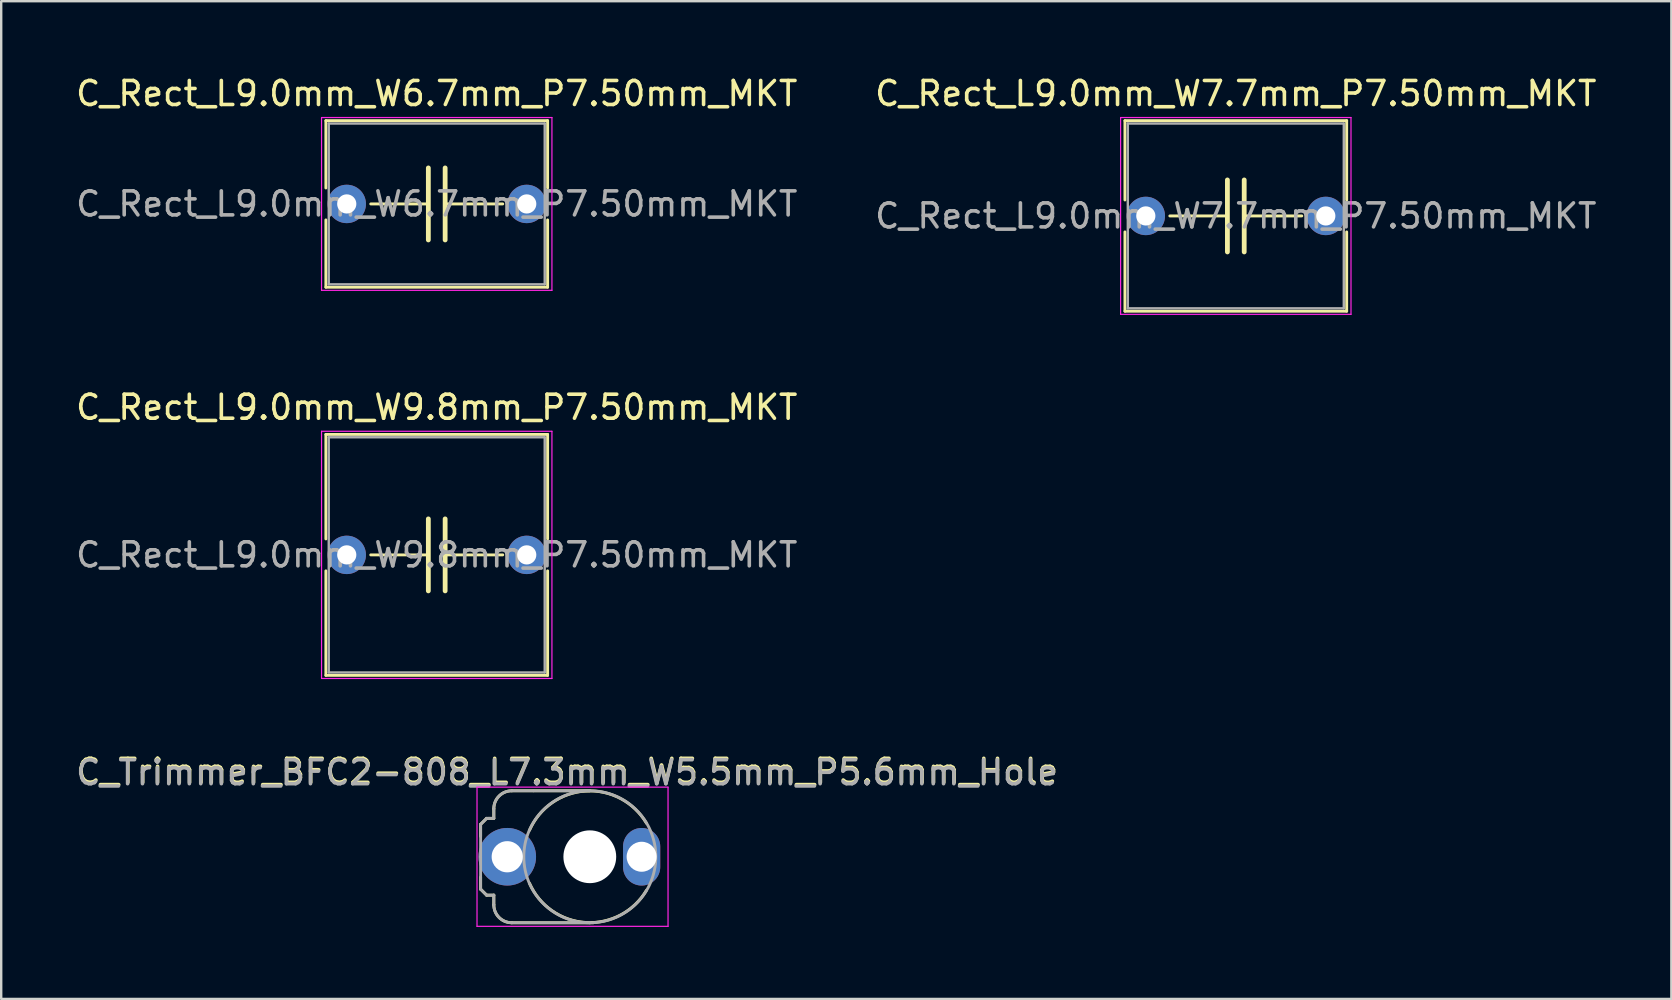
<source format=kicad_pcb>
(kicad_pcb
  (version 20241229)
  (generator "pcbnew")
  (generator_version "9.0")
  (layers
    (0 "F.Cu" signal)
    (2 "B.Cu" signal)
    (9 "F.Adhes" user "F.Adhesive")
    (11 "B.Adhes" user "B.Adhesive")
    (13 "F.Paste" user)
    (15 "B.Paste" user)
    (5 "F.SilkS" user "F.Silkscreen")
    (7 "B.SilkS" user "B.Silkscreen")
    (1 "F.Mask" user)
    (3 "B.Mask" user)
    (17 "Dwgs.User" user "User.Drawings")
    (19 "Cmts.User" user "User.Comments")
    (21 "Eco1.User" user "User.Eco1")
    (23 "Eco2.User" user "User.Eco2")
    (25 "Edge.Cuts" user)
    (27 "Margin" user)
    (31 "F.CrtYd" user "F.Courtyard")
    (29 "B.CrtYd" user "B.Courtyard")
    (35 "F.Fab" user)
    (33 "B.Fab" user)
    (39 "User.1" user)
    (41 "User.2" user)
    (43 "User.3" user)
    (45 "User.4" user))
  (footprint "C_Trimmer_BFC2-808_L7.3mm_W5.5mm_P5.6mm_Hole"
    (layer "F.Cu")
    (at 18.087 32.651)
    (property "Reference" "C_Trimmer_BFC2-808_L7.3mm_W5.5mm_P5.6mm_Hole" (at 2.5 -3.556 0) (layer "F.SilkS") (effects (font (size 1 1) (thickness 0.15))))
    (attr through_hole)
    (fp_line (start -1.11 -1.35) (end -1.11 -0.85) (stroke (width 0.12) (type solid)) (layer "F.SilkS"))
    (fp_line (start -1.11 1.35) (end -1.11 0.85) (stroke (width 0.12) (type solid)) (layer "F.SilkS"))
    (fp_line (start -1.11 1.35) (end -0.86 1.6) (stroke (width 0.12) (type solid)) (layer "F.SilkS"))
    (fp_line (start -0.86 -1.6) (end -1.11 -1.35) (stroke (width 0.12) (type solid)) (layer "F.SilkS"))
    (fp_line (start -0.76 -1.6) (end -0.86 -1.6) (stroke (width 0.12) (type solid)) (layer "F.SilkS"))
    (fp_line (start -0.56 -2) (end -0.56 -1.6) (stroke (width 0.12) (type solid)) (layer "F.SilkS"))
    (fp_line (start -0.56 -1.6) (end -0.76 -1.6) (stroke (width 0.12) (type solid)) (layer "F.SilkS"))
    (fp_line (start -0.56 1.6) (end -0.86 1.6) (stroke (width 0.12) (type solid)) (layer "F.SilkS"))
    (fp_line (start -0.56 1.6) (end -0.56 2) (stroke (width 0.12) (type solid)) (layer "F.SilkS"))
    (fp_line (start 0.19 -2.75) (end 3.44 -2.75) (stroke (width 0.12) (type solid)) (layer "F.SilkS"))
    (fp_line (start 0.19 2.75) (end 3.59 2.75) (stroke (width 0.12) (type solid)) (layer "F.SilkS"))
    (fp_arc (start -0.56 -2) (mid -0.34033 -2.53033) (end 0.19 -2.75) (stroke (width 0.12) (type solid)) (layer "F.SilkS"))
    (fp_arc (start 0.19 2.75) (mid -0.34033 2.53033) (end -0.56 2) (stroke (width 0.12) (type solid)) (layer "F.SilkS"))
    (fp_arc (start 0.928365 -1.10512) (mid 3.274208 -2.738999) (end 5.8 -1.4) (stroke (width 0.12) (type solid)) (layer "F.SilkS"))
    (fp_arc (start 5.8 1.4) (mid 3.274208 2.738999) (end 0.928365 1.10512) (stroke (width 0.12) (type solid)) (layer "F.SilkS"))
    (fp_line (start -1.26 -2.9) (end -1.26 2.9) (stroke (width 0.05) (type solid)) (layer "F.CrtYd"))
    (fp_line (start -1.26 2.9) (end 6.7 2.9) (stroke (width 0.05) (type solid)) (layer "F.CrtYd"))
    (fp_line (start 6.7 -2.9) (end -1.26 -2.9) (stroke (width 0.05) (type solid)) (layer "F.CrtYd"))
    (fp_line (start 6.7 2.9) (end 6.7 -2.9) (stroke (width 0.05) (type solid)) (layer "F.CrtYd"))
    (fp_line (start -1.11 -1.35) (end -1.11 0) (stroke (width 0.12) (type solid)) (layer "F.Fab"))
    (fp_line (start -1.11 1.35) (end -1.11 0) (stroke (width 0.12) (type solid)) (layer "F.Fab"))
    (fp_line (start -1.11 1.35) (end -0.86 1.6) (stroke (width 0.12) (type solid)) (layer "F.Fab"))
    (fp_line (start -0.86 -1.6) (end -1.11 -1.35) (stroke (width 0.12) (type solid)) (layer "F.Fab"))
    (fp_line (start -0.76 -1.6) (end -0.86 -1.6) (stroke (width 0.12) (type solid)) (layer "F.Fab"))
    (fp_line (start -0.56 -2) (end -0.56 -1.6) (stroke (width 0.12) (type solid)) (layer "F.Fab"))
    (fp_line (start -0.56 -1.6) (end -0.76 -1.6) (stroke (width 0.12) (type solid)) (layer "F.Fab"))
    (fp_line (start -0.56 1.6) (end -0.86 1.6) (stroke (width 0.12) (type solid)) (layer "F.Fab"))
    (fp_line (start -0.56 1.6) (end -0.56 2) (stroke (width 0.12) (type solid)) (layer "F.Fab"))
    (fp_line (start 1.09 -2.75) (end 0.19 -2.75) (stroke (width 0.12) (type solid)) (layer "F.Fab"))
    (fp_line (start 3.44 -2.75) (end 1.09 -2.75) (stroke (width 0.12) (type solid)) (layer "F.Fab"))
    (fp_line (start 3.44 0.85) (end 3.44 -0.85) (stroke (width 0.12) (type solid)) (layer "F.Fab"))
    (fp_line (start 3.44 2.75) (end 0.19 2.75) (stroke (width 0.12) (type solid)) (layer "F.Fab"))
    (fp_arc (start -0.56 -2) (mid -0.34033 -2.53033) (end 0.19 -2.75) (stroke (width 0.12) (type solid)) (layer "F.Fab"))
    (fp_arc (start 0.19 2.75) (mid -0.34033 2.53033) (end -0.56 2) (stroke (width 0.12) (type solid)) (layer "F.Fab"))
    (fp_arc (start 3.44 -2.75) (mid 6.19 0) (end 3.44 2.75) (stroke (width 0.12) (type solid)) (layer "F.Fab"))
    (fp_arc (start 3.44 2.75) (mid 0.69 0) (end 3.44 -2.75) (stroke (width 0.12) (type solid)) (layer "F.Fab"))
    (fp_circle (center 3.44 0) (end 4.29 0) (stroke (width 0.12) (type solid)) (fill no) (layer "F.Fab"))
    (fp_text user "${REFERENCE}" (at 2.49 -3.5 0) (layer "F.Fab") (effects (font (size 1 1) (thickness 0.15))))
    (pad "" np_thru_hole circle (at 3.44 0) (size 2.2 2.2) (drill 2.2) (layers "*.Cu" "*.Mask"))
    (pad "1" thru_hole circle (at 0 0) (size 2.4 2.4) (drill 1.3) (layers "*.Cu" "*.Mask"))
    (pad "2" thru_hole oval (at 5.6 0) (size 1.55 2.4) (drill 1.25) (layers "*.Cu" "*.Mask")))
  (footprint "C_Rect_L9.0mm_W9.8mm_P7.50mm_MKT"
    (layer "F.Cu")
    (at 11.399 20.072)
    (property "Reference" "C_Rect_L9.0mm_W9.8mm_P7.50mm_MKT" (at 3.75 -6.15 0) (layer "F.SilkS") (effects (font (size 1 1) (thickness 0.15))))
    (attr through_hole)
    (fp_line (start -0.87 -5.02) (end -0.87 -0.665) (stroke (width 0.12) (type solid)) (layer "F.SilkS"))
    (fp_line (start -0.87 -5.02) (end 8.37 -5.02) (stroke (width 0.12) (type solid)) (layer "F.SilkS"))
    (fp_line (start -0.87 0.665) (end -0.87 5.02) (stroke (width 0.12) (type solid)) (layer "F.SilkS"))
    (fp_line (start -0.87 5.02) (end 8.37 5.02) (stroke (width 0.12) (type solid)) (layer "F.SilkS"))
    (fp_line (start 1 0) (end 3.4 0) (stroke (width 0.12) (type solid)) (layer "F.SilkS"))
    (fp_line (start 3.4 -1.5) (end 3.4 1.5) (stroke (width 0.2) (type solid)) (layer "F.SilkS"))
    (fp_line (start 4.1 -1.5) (end 4.1 1.5) (stroke (width 0.2) (type solid)) (layer "F.SilkS"))
    (fp_line (start 4.1 0) (end 6.5 0) (stroke (width 0.12) (type solid)) (layer "F.SilkS"))
    (fp_line (start 8.37 -5.02) (end 8.37 -0.665) (stroke (width 0.12) (type solid)) (layer "F.SilkS"))
    (fp_line (start 8.37 0.665) (end 8.37 5.02) (stroke (width 0.12) (type solid)) (layer "F.SilkS"))
    (fp_line (start -1.05 -5.15) (end -1.05 5.15) (stroke (width 0.05) (type solid)) (layer "F.CrtYd"))
    (fp_line (start -1.05 5.15) (end 8.55 5.15) (stroke (width 0.05) (type solid)) (layer "F.CrtYd"))
    (fp_line (start 8.55 -5.15) (end -1.05 -5.15) (stroke (width 0.05) (type solid)) (layer "F.CrtYd"))
    (fp_line (start 8.55 5.15) (end 8.55 -5.15) (stroke (width 0.05) (type solid)) (layer "F.CrtYd"))
    (fp_line (start -0.75 -4.9) (end -0.75 4.9) (stroke (width 0.1) (type solid)) (layer "F.Fab"))
    (fp_line (start -0.75 4.9) (end 8.25 4.9) (stroke (width 0.1) (type solid)) (layer "F.Fab"))
    (fp_line (start 8.25 -4.9) (end -0.75 -4.9) (stroke (width 0.1) (type solid)) (layer "F.Fab"))
    (fp_line (start 8.25 4.9) (end 8.25 -4.9) (stroke (width 0.1) (type solid)) (layer "F.Fab"))
    (fp_text user "${REFERENCE}" (at 3.75 0 0) (layer "F.Fab") (effects (font (size 1 1) (thickness 0.15))))
    (pad "1" thru_hole circle (at 0 0) (size 1.6 1.6) (drill 0.8) (layers "*.Cu" "*.Mask"))
    (pad "2" thru_hole circle (at 7.5 0) (size 1.6 1.6) (drill 0.8) (layers "*.Cu" "*.Mask")))
  (footprint "C_Rect_L9.0mm_W6.7mm_P7.50mm_MKT"
    (layer "F.Cu")
    (at 11.399 5.448)
    (property "Reference" "C_Rect_L9.0mm_W6.7mm_P7.50mm_MKT" (at 3.75 -4.6 0) (layer "F.SilkS") (effects (font (size 1 1) (thickness 0.15))))
    (attr through_hole)
    (fp_line (start -0.87 -3.47) (end -0.87 -0.665) (stroke (width 0.12) (type solid)) (layer "F.SilkS"))
    (fp_line (start -0.87 -3.47) (end 8.37 -3.47) (stroke (width 0.12) (type solid)) (layer "F.SilkS"))
    (fp_line (start -0.87 0.665) (end -0.87 3.47) (stroke (width 0.12) (type solid)) (layer "F.SilkS"))
    (fp_line (start -0.87 3.47) (end 8.37 3.47) (stroke (width 0.12) (type solid)) (layer "F.SilkS"))
    (fp_line (start 1 0) (end 3.4 0) (stroke (width 0.12) (type solid)) (layer "F.SilkS"))
    (fp_line (start 3.4 -1.5) (end 3.4 1.5) (stroke (width 0.2) (type solid)) (layer "F.SilkS"))
    (fp_line (start 4.1 -1.5) (end 4.1 1.5) (stroke (width 0.2) (type solid)) (layer "F.SilkS"))
    (fp_line (start 4.1 0) (end 6.5 0) (stroke (width 0.12) (type solid)) (layer "F.SilkS"))
    (fp_line (start 8.37 -3.47) (end 8.37 -0.665) (stroke (width 0.12) (type solid)) (layer "F.SilkS"))
    (fp_line (start 8.37 0.665) (end 8.37 3.47) (stroke (width 0.12) (type solid)) (layer "F.SilkS"))
    (fp_line (start -1.05 -3.6) (end -1.05 3.6) (stroke (width 0.05) (type solid)) (layer "F.CrtYd"))
    (fp_line (start -1.05 3.6) (end 8.55 3.6) (stroke (width 0.05) (type solid)) (layer "F.CrtYd"))
    (fp_line (start 8.55 -3.6) (end -1.05 -3.6) (stroke (width 0.05) (type solid)) (layer "F.CrtYd"))
    (fp_line (start 8.55 3.6) (end 8.55 -3.6) (stroke (width 0.05) (type solid)) (layer "F.CrtYd"))
    (fp_line (start -0.75 -3.35) (end -0.75 3.35) (stroke (width 0.1) (type solid)) (layer "F.Fab"))
    (fp_line (start -0.75 3.35) (end 8.25 3.35) (stroke (width 0.1) (type solid)) (layer "F.Fab"))
    (fp_line (start 8.25 -3.35) (end -0.75 -3.35) (stroke (width 0.1) (type solid)) (layer "F.Fab"))
    (fp_line (start 8.25 3.35) (end 8.25 -3.35) (stroke (width 0.1) (type solid)) (layer "F.Fab"))
    (fp_text user "${REFERENCE}" (at 3.75 0 0) (layer "F.Fab") (effects (font (size 1 1) (thickness 0.15))))
    (pad "1" thru_hole circle (at 0 0) (size 1.6 1.6) (drill 0.8) (layers "*.Cu" "*.Mask"))
    (pad "2" thru_hole circle (at 7.5 0) (size 1.6 1.6) (drill 0.8) (layers "*.Cu" "*.Mask")))
  (footprint "C_Rect_L9.0mm_W7.7mm_P7.50mm_MKT"
    (layer "F.Cu")
    (at 44.696 5.948)
    (property "Reference" "C_Rect_L9.0mm_W7.7mm_P7.50mm_MKT" (at 3.75 -5.1 0) (layer "F.SilkS") (effects (font (size 1 1) (thickness 0.15))))
    (attr through_hole)
    (fp_line (start -0.87 -3.97) (end -0.87 -0.665) (stroke (width 0.12) (type solid)) (layer "F.SilkS"))
    (fp_line (start -0.87 -3.97) (end 8.37 -3.97) (stroke (width 0.12) (type solid)) (layer "F.SilkS"))
    (fp_line (start -0.87 0.665) (end -0.87 3.97) (stroke (width 0.12) (type solid)) (layer "F.SilkS"))
    (fp_line (start -0.87 3.97) (end 8.37 3.97) (stroke (width 0.12) (type solid)) (layer "F.SilkS"))
    (fp_line (start 1 0) (end 3.4 0) (stroke (width 0.12) (type solid)) (layer "F.SilkS"))
    (fp_line (start 3.4 -1.5) (end 3.4 1.5) (stroke (width 0.2) (type solid)) (layer "F.SilkS"))
    (fp_line (start 4.1 -1.5) (end 4.1 1.5) (stroke (width 0.2) (type solid)) (layer "F.SilkS"))
    (fp_line (start 4.1 0) (end 6.5 0) (stroke (width 0.12) (type solid)) (layer "F.SilkS"))
    (fp_line (start 8.37 -3.97) (end 8.37 -0.665) (stroke (width 0.12) (type solid)) (layer "F.SilkS"))
    (fp_line (start 8.37 0.665) (end 8.37 3.97) (stroke (width 0.12) (type solid)) (layer "F.SilkS"))
    (fp_line (start -1.05 -4.1) (end -1.05 4.1) (stroke (width 0.05) (type solid)) (layer "F.CrtYd"))
    (fp_line (start -1.05 4.1) (end 8.55 4.1) (stroke (width 0.05) (type solid)) (layer "F.CrtYd"))
    (fp_line (start 8.55 -4.1) (end -1.05 -4.1) (stroke (width 0.05) (type solid)) (layer "F.CrtYd"))
    (fp_line (start 8.55 4.1) (end 8.55 -4.1) (stroke (width 0.05) (type solid)) (layer "F.CrtYd"))
    (fp_line (start -0.75 -3.85) (end -0.75 3.85) (stroke (width 0.1) (type solid)) (layer "F.Fab"))
    (fp_line (start -0.75 3.85) (end 8.25 3.85) (stroke (width 0.1) (type solid)) (layer "F.Fab"))
    (fp_line (start 8.25 -3.85) (end -0.75 -3.85) (stroke (width 0.1) (type solid)) (layer "F.Fab"))
    (fp_line (start 8.25 3.85) (end 8.25 -3.85) (stroke (width 0.1) (type solid)) (layer "F.Fab"))
    (fp_text user "${REFERENCE}" (at 3.75 0 0) (layer "F.Fab") (effects (font (size 1 1) (thickness 0.15))))
    (pad "1" thru_hole circle (at 0 0) (size 1.6 1.6) (drill 0.8) (layers "*.Cu" "*.Mask"))
    (pad "2" thru_hole circle (at 7.5 0) (size 1.6 1.6) (drill 0.8) (layers "*.Cu" "*.Mask")))
  (gr_rect
    (start -3 -3)
    (end 66.595 38.576)
    (stroke (width 0.1) (type default))
    (fill no)
    (layer "Edge.Cuts")))
</source>
